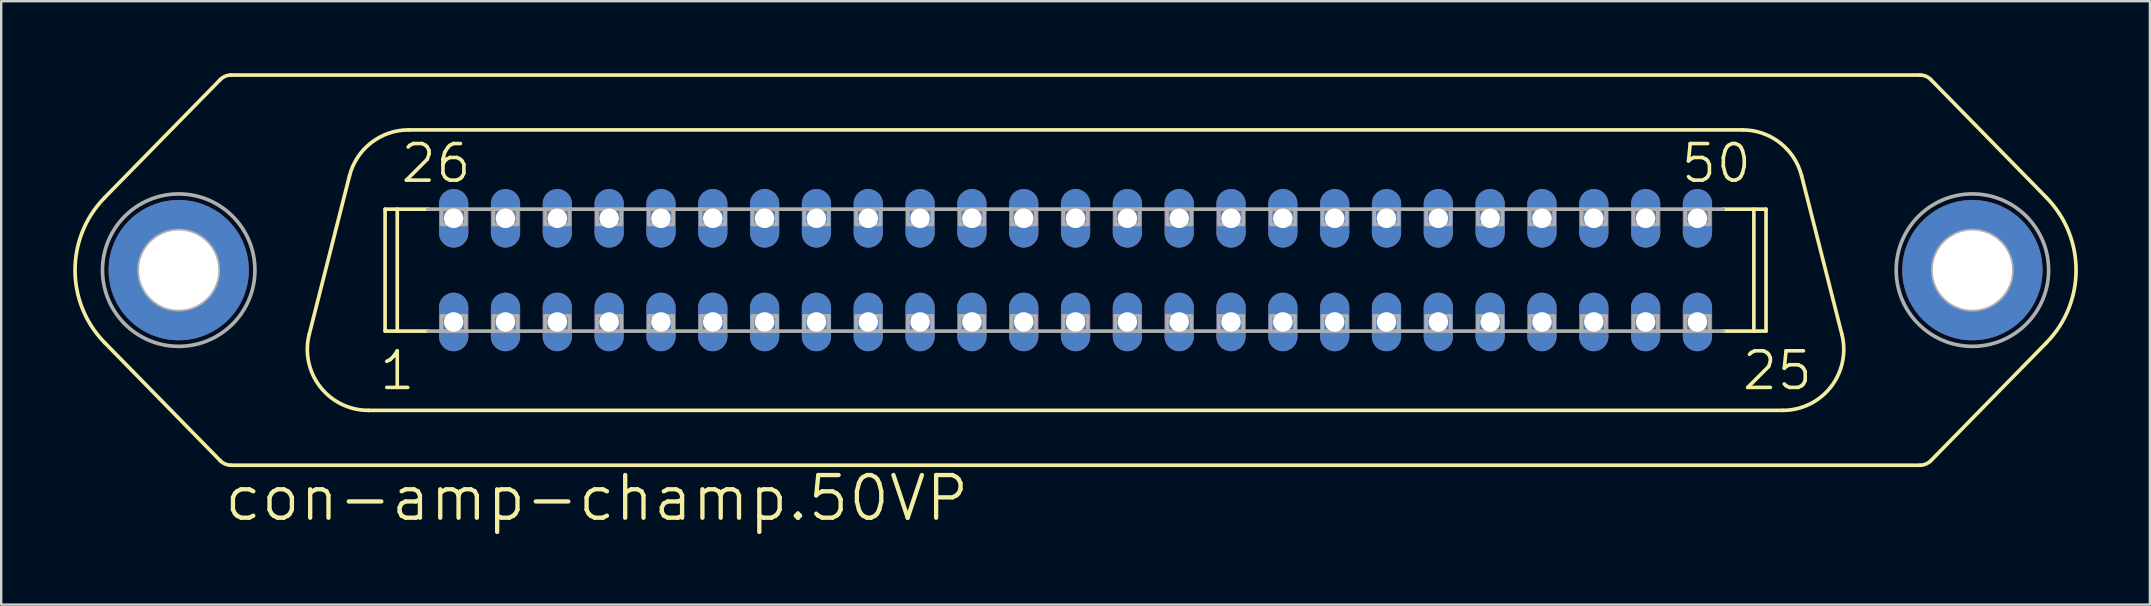
<source format=kicad_pcb>
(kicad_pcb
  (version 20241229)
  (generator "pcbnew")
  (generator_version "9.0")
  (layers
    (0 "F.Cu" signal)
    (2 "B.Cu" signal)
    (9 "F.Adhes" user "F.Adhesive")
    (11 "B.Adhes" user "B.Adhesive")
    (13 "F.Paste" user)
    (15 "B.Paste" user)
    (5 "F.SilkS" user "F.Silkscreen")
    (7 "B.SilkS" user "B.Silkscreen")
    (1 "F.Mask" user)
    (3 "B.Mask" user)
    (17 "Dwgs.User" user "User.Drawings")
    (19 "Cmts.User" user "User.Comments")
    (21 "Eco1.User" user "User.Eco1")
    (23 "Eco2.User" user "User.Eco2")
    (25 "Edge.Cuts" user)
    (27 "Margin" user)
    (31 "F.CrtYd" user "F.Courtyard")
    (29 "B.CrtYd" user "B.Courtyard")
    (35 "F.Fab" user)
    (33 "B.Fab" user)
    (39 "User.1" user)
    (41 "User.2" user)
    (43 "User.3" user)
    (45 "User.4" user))
  (footprint "con-amp-champ.50VP"
    (layer "F.Cu")
    (at 41.758 8.204)
    (property "Reference" "con-amp-champ.50VP" (at -35.56 10.541 0) (layer "F.SilkS") (effects (font (size 1.778 1.778) (thickness 0.18)) (justify left bottom)))
    (attr through_hole)
    (fp_line (start -35.633 -7.937) (end -40.448 -3.022) (stroke (width 0.152) (type default)) (layer "F.SilkS"))
    (fp_line (start -35.633 7.937) (end -40.448 3.022) (stroke (width 0.152) (type default)) (layer "F.SilkS"))
    (fp_line (start -35.179 -8.128) (end 35.179 -8.128) (stroke (width 0.152) (type default)) (layer "F.SilkS"))
    (fp_line (start -35.179 8.128) (end 35.179 8.128) (stroke (width 0.152) (type default)) (layer "F.SilkS"))
    (fp_line (start -30.248 -3.928) (end -31.926 2.676) (stroke (width 0.152) (type default)) (layer "F.SilkS"))
    (fp_line (start -29.464 5.842) (end 29.464 5.842) (stroke (width 0.152) (type default)) (layer "F.SilkS"))
    (fp_line (start -28.765 -2.54) (end -26.986 -2.54) (stroke (width 0.152) (type default)) (layer "F.SilkS"))
    (fp_line (start -28.765 2.54) (end -28.765 -2.54) (stroke (width 0.152) (type default)) (layer "F.SilkS"))
    (fp_line (start -28.765 2.54) (end -26.986 2.54) (stroke (width 0.152) (type default)) (layer "F.SilkS"))
    (fp_line (start -28.258 2.54) (end -28.258 -2.54) (stroke (width 0.152) (type default)) (layer "F.SilkS"))
    (fp_line (start -27.786 -5.842) (end 27.786 -5.842) (stroke (width 0.152) (type default)) (layer "F.SilkS"))
    (fp_line (start 26.986 -2.54) (end 28.765 -2.54) (stroke (width 0.152) (type default)) (layer "F.SilkS"))
    (fp_line (start 26.986 2.54) (end 28.765 2.54) (stroke (width 0.152) (type default)) (layer "F.SilkS"))
    (fp_line (start 28.258 2.54) (end 28.258 -2.54) (stroke (width 0.152) (type default)) (layer "F.SilkS"))
    (fp_line (start 28.765 2.54) (end 28.765 -2.54) (stroke (width 0.152) (type default)) (layer "F.SilkS"))
    (fp_line (start 30.248 -3.928) (end 31.926 2.676) (stroke (width 0.152) (type default)) (layer "F.SilkS"))
    (fp_line (start 35.633 -7.937) (end 40.448 -3.022) (stroke (width 0.152) (type default)) (layer "F.SilkS"))
    (fp_line (start 35.633 7.937) (end 40.448 3.022) (stroke (width 0.152) (type default)) (layer "F.SilkS"))
    (fp_arc (start -40.448 3.022) (mid -41.681365 0.0004) (end -40.448 -3.0212) (stroke (width 0.1524) (type default)) (layer "F.SilkS"))
    (fp_arc (start -35.633 -7.937) (mid -35.42541 -8.078018) (end -35.1794 -8.1276) (stroke (width 0.1524) (type default)) (layer "F.SilkS"))
    (fp_arc (start -35.1794 8.1276) (mid -35.42541 8.078018) (end -35.633 7.937) (stroke (width 0.1524) (type default)) (layer "F.SilkS"))
    (fp_arc (start -30.248 -3.928) (mid -29.345488 -5.307486) (end -27.7862 -5.8424) (stroke (width 0.1524) (type default)) (layer "F.SilkS"))
    (fp_arc (start -29.4642 5.8416) (mid -31.469286 4.860863) (end -31.926 2.676) (stroke (width 0.1524) (type default)) (layer "F.SilkS"))
    (fp_arc (start 27.786 -5.842) (mid 29.345288 -5.307086) (end 30.2478 -3.9276) (stroke (width 0.1524) (type default)) (layer "F.SilkS"))
    (fp_arc (start 31.926 2.676) (mid 31.469286 4.860863) (end 29.4642 5.8416) (stroke (width 0.1524) (type default)) (layer "F.SilkS"))
    (fp_arc (start 35.1794 -8.1276) (mid 35.42541 -8.078018) (end 35.633 -7.937) (stroke (width 0.1524) (type default)) (layer "F.SilkS"))
    (fp_arc (start 35.633 7.937) (mid 35.42541 8.078018) (end 35.1794 8.1276) (stroke (width 0.1524) (type default)) (layer "F.SilkS"))
    (fp_arc (start 40.448 -3.0212) (mid 41.681365 0.0004) (end 40.448 3.022) (stroke (width 0.1524) (type default)) (layer "F.SilkS"))
    (fp_line (start -26.986 -2.54) (end -26.416 -2.54) (stroke (width 0.152) (type default)) (layer "F.Fab"))
    (fp_line (start -26.986 2.54) (end -26.416 2.54) (stroke (width 0.152) (type default)) (layer "F.Fab"))
    (fp_line (start -26.416 -2.54) (end -25.4 -2.54) (stroke (width 0.152) (type default)) (layer "F.Fab"))
    (fp_line (start -26.416 -1.905) (end -26.416 -2.54) (stroke (width 0.152) (type default)) (layer "F.Fab"))
    (fp_line (start -26.416 1.905) (end -25.4 1.905) (stroke (width 0.152) (type default)) (layer "F.Fab"))
    (fp_line (start -26.416 2.54) (end -26.416 1.905) (stroke (width 0.152) (type default)) (layer "F.Fab"))
    (fp_line (start -25.4 -2.54) (end -25.4 -1.905) (stroke (width 0.152) (type default)) (layer "F.Fab"))
    (fp_line (start -25.4 -2.54) (end -24.257 -2.54) (stroke (width 0.152) (type default)) (layer "F.Fab"))
    (fp_line (start -25.4 -1.905) (end -26.416 -1.905) (stroke (width 0.152) (type default)) (layer "F.Fab"))
    (fp_line (start -25.4 1.905) (end -25.4 2.54) (stroke (width 0.152) (type default)) (layer "F.Fab"))
    (fp_line (start -25.4 2.54) (end -26.416 2.54) (stroke (width 0.152) (type default)) (layer "F.Fab"))
    (fp_line (start -25.4 2.54) (end -24.257 2.54) (stroke (width 0.152) (type default)) (layer "F.Fab"))
    (fp_line (start -24.257 -2.54) (end -23.241 -2.54) (stroke (width 0.152) (type default)) (layer "F.Fab"))
    (fp_line (start -24.257 -1.905) (end -24.257 -2.54) (stroke (width 0.152) (type default)) (layer "F.Fab"))
    (fp_line (start -24.257 1.905) (end -23.241 1.905) (stroke (width 0.152) (type default)) (layer "F.Fab"))
    (fp_line (start -24.257 2.54) (end -24.257 1.905) (stroke (width 0.152) (type default)) (layer "F.Fab"))
    (fp_line (start -23.241 -2.54) (end -23.241 -1.905) (stroke (width 0.152) (type default)) (layer "F.Fab"))
    (fp_line (start -23.241 -2.54) (end -22.098 -2.54) (stroke (width 0.152) (type default)) (layer "F.Fab"))
    (fp_line (start -23.241 -1.905) (end -24.257 -1.905) (stroke (width 0.152) (type default)) (layer "F.Fab"))
    (fp_line (start -23.241 1.905) (end -23.241 2.54) (stroke (width 0.152) (type default)) (layer "F.Fab"))
    (fp_line (start -23.241 2.54) (end -24.257 2.54) (stroke (width 0.152) (type default)) (layer "F.Fab"))
    (fp_line (start -23.241 2.54) (end -22.098 2.54) (stroke (width 0.152) (type default)) (layer "F.Fab"))
    (fp_line (start -22.098 -2.54) (end -21.082 -2.54) (stroke (width 0.152) (type default)) (layer "F.Fab"))
    (fp_line (start -22.098 -1.905) (end -22.098 -2.54) (stroke (width 0.152) (type default)) (layer "F.Fab"))
    (fp_line (start -22.098 1.905) (end -21.082 1.905) (stroke (width 0.152) (type default)) (layer "F.Fab"))
    (fp_line (start -22.098 2.54) (end -22.098 1.905) (stroke (width 0.152) (type default)) (layer "F.Fab"))
    (fp_line (start -21.082 -2.54) (end -21.082 -1.905) (stroke (width 0.152) (type default)) (layer "F.Fab"))
    (fp_line (start -21.082 -2.54) (end -19.939 -2.54) (stroke (width 0.152) (type default)) (layer "F.Fab"))
    (fp_line (start -21.082 -1.905) (end -22.098 -1.905) (stroke (width 0.152) (type default)) (layer "F.Fab"))
    (fp_line (start -21.082 1.905) (end -21.082 2.54) (stroke (width 0.152) (type default)) (layer "F.Fab"))
    (fp_line (start -21.082 2.54) (end -22.098 2.54) (stroke (width 0.152) (type default)) (layer "F.Fab"))
    (fp_line (start -21.082 2.54) (end -19.939 2.54) (stroke (width 0.152) (type default)) (layer "F.Fab"))
    (fp_line (start -19.939 -2.54) (end -18.923 -2.54) (stroke (width 0.152) (type default)) (layer "F.Fab"))
    (fp_line (start -19.939 -1.905) (end -19.939 -2.54) (stroke (width 0.152) (type default)) (layer "F.Fab"))
    (fp_line (start -19.939 1.905) (end -18.923 1.905) (stroke (width 0.152) (type default)) (layer "F.Fab"))
    (fp_line (start -19.939 2.54) (end -19.939 1.905) (stroke (width 0.152) (type default)) (layer "F.Fab"))
    (fp_line (start -18.923 -2.54) (end -18.923 -1.905) (stroke (width 0.152) (type default)) (layer "F.Fab"))
    (fp_line (start -18.923 -2.54) (end -17.78 -2.54) (stroke (width 0.152) (type default)) (layer "F.Fab"))
    (fp_line (start -18.923 -1.905) (end -19.939 -1.905) (stroke (width 0.152) (type default)) (layer "F.Fab"))
    (fp_line (start -18.923 1.905) (end -18.923 2.54) (stroke (width 0.152) (type default)) (layer "F.Fab"))
    (fp_line (start -18.923 2.54) (end -19.939 2.54) (stroke (width 0.152) (type default)) (layer "F.Fab"))
    (fp_line (start -18.923 2.54) (end -17.78 2.54) (stroke (width 0.152) (type default)) (layer "F.Fab"))
    (fp_line (start -17.78 -2.54) (end -16.764 -2.54) (stroke (width 0.152) (type default)) (layer "F.Fab"))
    (fp_line (start -17.78 -1.905) (end -17.78 -2.54) (stroke (width 0.152) (type default)) (layer "F.Fab"))
    (fp_line (start -17.78 1.905) (end -16.764 1.905) (stroke (width 0.152) (type default)) (layer "F.Fab"))
    (fp_line (start -17.78 1.905) (end -16.764 1.905) (stroke (width 0.152) (type default)) (layer "F.Fab"))
    (fp_line (start -17.78 2.54) (end -17.78 1.905) (stroke (width 0.152) (type default)) (layer "F.Fab"))
    (fp_line (start -17.78 2.54) (end -17.78 1.905) (stroke (width 0.152) (type default)) (layer "F.Fab"))
    (fp_line (start -16.764 -2.54) (end -16.764 -1.905) (stroke (width 0.152) (type default)) (layer "F.Fab"))
    (fp_line (start -16.764 -2.54) (end -15.621 -2.54) (stroke (width 0.152) (type default)) (layer "F.Fab"))
    (fp_line (start -16.764 -1.905) (end -17.78 -1.905) (stroke (width 0.152) (type default)) (layer "F.Fab"))
    (fp_line (start -16.764 1.905) (end -16.764 2.54) (stroke (width 0.152) (type default)) (layer "F.Fab"))
    (fp_line (start -16.764 1.905) (end -16.764 2.54) (stroke (width 0.152) (type default)) (layer "F.Fab"))
    (fp_line (start -16.764 2.54) (end -17.78 2.54) (stroke (width 0.152) (type default)) (layer "F.Fab"))
    (fp_line (start -16.764 2.54) (end -17.78 2.54) (stroke (width 0.152) (type default)) (layer "F.Fab"))
    (fp_line (start -16.764 2.54) (end -15.621 2.54) (stroke (width 0.152) (type default)) (layer "F.Fab"))
    (fp_line (start -15.621 -2.54) (end -14.605 -2.54) (stroke (width 0.152) (type default)) (layer "F.Fab"))
    (fp_line (start -15.621 -1.905) (end -15.621 -2.54) (stroke (width 0.152) (type default)) (layer "F.Fab"))
    (fp_line (start -15.621 1.905) (end -14.605 1.905) (stroke (width 0.152) (type default)) (layer "F.Fab"))
    (fp_line (start -15.621 1.905) (end -14.605 1.905) (stroke (width 0.152) (type default)) (layer "F.Fab"))
    (fp_line (start -15.621 2.54) (end -15.621 1.905) (stroke (width 0.152) (type default)) (layer "F.Fab"))
    (fp_line (start -15.621 2.54) (end -15.621 1.905) (stroke (width 0.152) (type default)) (layer "F.Fab"))
    (fp_line (start -14.605 -2.54) (end -14.605 -1.905) (stroke (width 0.152) (type default)) (layer "F.Fab"))
    (fp_line (start -14.605 -2.54) (end -13.462 -2.54) (stroke (width 0.152) (type default)) (layer "F.Fab"))
    (fp_line (start -14.605 -1.905) (end -15.621 -1.905) (stroke (width 0.152) (type default)) (layer "F.Fab"))
    (fp_line (start -14.605 1.905) (end -14.605 2.54) (stroke (width 0.152) (type default)) (layer "F.Fab"))
    (fp_line (start -14.605 1.905) (end -14.605 2.54) (stroke (width 0.152) (type default)) (layer "F.Fab"))
    (fp_line (start -14.605 2.54) (end -15.621 2.54) (stroke (width 0.152) (type default)) (layer "F.Fab"))
    (fp_line (start -14.605 2.54) (end -15.621 2.54) (stroke (width 0.152) (type default)) (layer "F.Fab"))
    (fp_line (start -14.605 2.54) (end -13.462 2.54) (stroke (width 0.152) (type default)) (layer "F.Fab"))
    (fp_line (start -13.462 -2.54) (end -12.446 -2.54) (stroke (width 0.152) (type default)) (layer "F.Fab"))
    (fp_line (start -13.462 -1.905) (end -13.462 -2.54) (stroke (width 0.152) (type default)) (layer "F.Fab"))
    (fp_line (start -13.462 1.905) (end -12.446 1.905) (stroke (width 0.152) (type default)) (layer "F.Fab"))
    (fp_line (start -13.462 1.905) (end -12.446 1.905) (stroke (width 0.152) (type default)) (layer "F.Fab"))
    (fp_line (start -13.462 2.54) (end -13.462 1.905) (stroke (width 0.152) (type default)) (layer "F.Fab"))
    (fp_line (start -13.462 2.54) (end -13.462 1.905) (stroke (width 0.152) (type default)) (layer "F.Fab"))
    (fp_line (start -12.446 -2.54) (end -12.446 -1.905) (stroke (width 0.152) (type default)) (layer "F.Fab"))
    (fp_line (start -12.446 -2.54) (end -11.303 -2.54) (stroke (width 0.152) (type default)) (layer "F.Fab"))
    (fp_line (start -12.446 -1.905) (end -13.462 -1.905) (stroke (width 0.152) (type default)) (layer "F.Fab"))
    (fp_line (start -12.446 1.905) (end -12.446 2.54) (stroke (width 0.152) (type default)) (layer "F.Fab"))
    (fp_line (start -12.446 1.905) (end -12.446 2.54) (stroke (width 0.152) (type default)) (layer "F.Fab"))
    (fp_line (start -12.446 2.54) (end -13.462 2.54) (stroke (width 0.152) (type default)) (layer "F.Fab"))
    (fp_line (start -12.446 2.54) (end -13.462 2.54) (stroke (width 0.152) (type default)) (layer "F.Fab"))
    (fp_line (start -12.446 2.54) (end -11.303 2.54) (stroke (width 0.152) (type default)) (layer "F.Fab"))
    (fp_line (start -11.303 -2.54) (end -10.287 -2.54) (stroke (width 0.152) (type default)) (layer "F.Fab"))
    (fp_line (start -11.303 -1.905) (end -11.303 -2.54) (stroke (width 0.152) (type default)) (layer "F.Fab"))
    (fp_line (start -11.303 1.905) (end -10.287 1.905) (stroke (width 0.152) (type default)) (layer "F.Fab"))
    (fp_line (start -11.303 1.905) (end -10.287 1.905) (stroke (width 0.152) (type default)) (layer "F.Fab"))
    (fp_line (start -11.303 2.54) (end -11.303 1.905) (stroke (width 0.152) (type default)) (layer "F.Fab"))
    (fp_line (start -11.303 2.54) (end -11.303 1.905) (stroke (width 0.152) (type default)) (layer "F.Fab"))
    (fp_line (start -10.287 -2.54) (end -10.287 -1.905) (stroke (width 0.152) (type default)) (layer "F.Fab"))
    (fp_line (start -10.287 -2.54) (end -9.144 -2.54) (stroke (width 0.152) (type default)) (layer "F.Fab"))
    (fp_line (start -10.287 -1.905) (end -11.303 -1.905) (stroke (width 0.152) (type default)) (layer "F.Fab"))
    (fp_line (start -10.287 1.905) (end -10.287 2.54) (stroke (width 0.152) (type default)) (layer "F.Fab"))
    (fp_line (start -10.287 1.905) (end -10.287 2.54) (stroke (width 0.152) (type default)) (layer "F.Fab"))
    (fp_line (start -10.287 2.54) (end -11.303 2.54) (stroke (width 0.152) (type default)) (layer "F.Fab"))
    (fp_line (start -10.287 2.54) (end -11.303 2.54) (stroke (width 0.152) (type default)) (layer "F.Fab"))
    (fp_line (start -10.287 2.54) (end -9.144 2.54) (stroke (width 0.152) (type default)) (layer "F.Fab"))
    (fp_line (start -9.144 -2.54) (end -8.128 -2.54) (stroke (width 0.152) (type default)) (layer "F.Fab"))
    (fp_line (start -9.144 -1.905) (end -9.144 -2.54) (stroke (width 0.152) (type default)) (layer "F.Fab"))
    (fp_line (start -9.144 1.905) (end -8.128 1.905) (stroke (width 0.152) (type default)) (layer "F.Fab"))
    (fp_line (start -9.144 2.54) (end -9.144 1.905) (stroke (width 0.152) (type default)) (layer "F.Fab"))
    (fp_line (start -8.128 -2.54) (end -8.128 -1.905) (stroke (width 0.152) (type default)) (layer "F.Fab"))
    (fp_line (start -8.128 -2.54) (end -6.985 -2.54) (stroke (width 0.152) (type default)) (layer "F.Fab"))
    (fp_line (start -8.128 -1.905) (end -9.144 -1.905) (stroke (width 0.152) (type default)) (layer "F.Fab"))
    (fp_line (start -8.128 1.905) (end -8.128 2.54) (stroke (width 0.152) (type default)) (layer "F.Fab"))
    (fp_line (start -8.128 2.54) (end -9.144 2.54) (stroke (width 0.152) (type default)) (layer "F.Fab"))
    (fp_line (start -8.128 2.54) (end -6.985 2.54) (stroke (width 0.152) (type default)) (layer "F.Fab"))
    (fp_line (start -6.985 -2.54) (end -5.969 -2.54) (stroke (width 0.152) (type default)) (layer "F.Fab"))
    (fp_line (start -6.985 -1.905) (end -6.985 -2.54) (stroke (width 0.152) (type default)) (layer "F.Fab"))
    (fp_line (start -6.985 1.905) (end -5.969 1.905) (stroke (width 0.152) (type default)) (layer "F.Fab"))
    (fp_line (start -6.985 2.54) (end -6.985 1.905) (stroke (width 0.152) (type default)) (layer "F.Fab"))
    (fp_line (start -5.969 -2.54) (end -5.969 -1.905) (stroke (width 0.152) (type default)) (layer "F.Fab"))
    (fp_line (start -5.969 -2.54) (end -4.826 -2.54) (stroke (width 0.152) (type default)) (layer "F.Fab"))
    (fp_line (start -5.969 -1.905) (end -6.985 -1.905) (stroke (width 0.152) (type default)) (layer "F.Fab"))
    (fp_line (start -5.969 1.905) (end -5.969 2.54) (stroke (width 0.152) (type default)) (layer "F.Fab"))
    (fp_line (start -5.969 2.54) (end -6.985 2.54) (stroke (width 0.152) (type default)) (layer "F.Fab"))
    (fp_line (start -5.969 2.54) (end -4.826 2.54) (stroke (width 0.152) (type default)) (layer "F.Fab"))
    (fp_line (start -4.826 -2.54) (end -3.81 -2.54) (stroke (width 0.152) (type default)) (layer "F.Fab"))
    (fp_line (start -4.826 -1.905) (end -4.826 -2.54) (stroke (width 0.152) (type default)) (layer "F.Fab"))
    (fp_line (start -4.826 1.905) (end -3.81 1.905) (stroke (width 0.152) (type default)) (layer "F.Fab"))
    (fp_line (start -4.826 2.54) (end -4.826 1.905) (stroke (width 0.152) (type default)) (layer "F.Fab"))
    (fp_line (start -3.81 -2.54) (end -3.81 -1.905) (stroke (width 0.152) (type default)) (layer "F.Fab"))
    (fp_line (start -3.81 -2.54) (end -2.667 -2.54) (stroke (width 0.152) (type default)) (layer "F.Fab"))
    (fp_line (start -3.81 -1.905) (end -4.826 -1.905) (stroke (width 0.152) (type default)) (layer "F.Fab"))
    (fp_line (start -3.81 1.905) (end -3.81 2.54) (stroke (width 0.152) (type default)) (layer "F.Fab"))
    (fp_line (start -3.81 2.54) (end -4.826 2.54) (stroke (width 0.152) (type default)) (layer "F.Fab"))
    (fp_line (start -3.81 2.54) (end -2.667 2.54) (stroke (width 0.152) (type default)) (layer "F.Fab"))
    (fp_line (start -2.667 -2.54) (end -1.651 -2.54) (stroke (width 0.152) (type default)) (layer "F.Fab"))
    (fp_line (start -2.667 -1.905) (end -2.667 -2.54) (stroke (width 0.152) (type default)) (layer "F.Fab"))
    (fp_line (start -2.667 1.905) (end -1.651 1.905) (stroke (width 0.152) (type default)) (layer "F.Fab"))
    (fp_line (start -2.667 2.54) (end -2.667 1.905) (stroke (width 0.152) (type default)) (layer "F.Fab"))
    (fp_line (start -1.651 -2.54) (end -1.651 -1.905) (stroke (width 0.152) (type default)) (layer "F.Fab"))
    (fp_line (start -1.651 -2.54) (end 1.651 -2.54) (stroke (width 0.152) (type default)) (layer "F.Fab"))
    (fp_line (start -1.651 -1.905) (end -2.667 -1.905) (stroke (width 0.152) (type default)) (layer "F.Fab"))
    (fp_line (start -1.651 1.905) (end -1.651 2.54) (stroke (width 0.152) (type default)) (layer "F.Fab"))
    (fp_line (start -1.651 2.54) (end -2.667 2.54) (stroke (width 0.152) (type default)) (layer "F.Fab"))
    (fp_line (start -1.651 2.54) (end 1.651 2.54) (stroke (width 0.152) (type default)) (layer "F.Fab"))
    (fp_line (start -0.508 -2.54) (end 0.508 -2.54) (stroke (width 0.152) (type default)) (layer "F.Fab"))
    (fp_line (start -0.508 -1.905) (end -0.508 -2.54) (stroke (width 0.152) (type default)) (layer "F.Fab"))
    (fp_line (start -0.508 1.905) (end 0.508 1.905) (stroke (width 0.152) (type default)) (layer "F.Fab"))
    (fp_line (start -0.508 2.54) (end -0.508 1.905) (stroke (width 0.152) (type default)) (layer "F.Fab"))
    (fp_line (start 0.508 -2.54) (end 0.508 -1.905) (stroke (width 0.152) (type default)) (layer "F.Fab"))
    (fp_line (start 0.508 -1.905) (end -0.508 -1.905) (stroke (width 0.152) (type default)) (layer "F.Fab"))
    (fp_line (start 0.508 1.905) (end 0.508 2.54) (stroke (width 0.152) (type default)) (layer "F.Fab"))
    (fp_line (start 0.508 2.54) (end -0.508 2.54) (stroke (width 0.152) (type default)) (layer "F.Fab"))
    (fp_line (start 1.651 -2.54) (end 2.667 -2.54) (stroke (width 0.152) (type default)) (layer "F.Fab"))
    (fp_line (start 1.651 -1.905) (end 1.651 -2.54) (stroke (width 0.152) (type default)) (layer "F.Fab"))
    (fp_line (start 1.651 1.905) (end 2.667 1.905) (stroke (width 0.152) (type default)) (layer "F.Fab"))
    (fp_line (start 1.651 2.54) (end 1.651 1.905) (stroke (width 0.152) (type default)) (layer "F.Fab"))
    (fp_line (start 2.667 -2.54) (end 2.667 -1.905) (stroke (width 0.152) (type default)) (layer "F.Fab"))
    (fp_line (start 2.667 -2.54) (end 3.81 -2.54) (stroke (width 0.152) (type default)) (layer "F.Fab"))
    (fp_line (start 2.667 -1.905) (end 1.651 -1.905) (stroke (width 0.152) (type default)) (layer "F.Fab"))
    (fp_line (start 2.667 1.905) (end 2.667 2.54) (stroke (width 0.152) (type default)) (layer "F.Fab"))
    (fp_line (start 2.667 2.54) (end 1.651 2.54) (stroke (width 0.152) (type default)) (layer "F.Fab"))
    (fp_line (start 2.667 2.54) (end 3.81 2.54) (stroke (width 0.152) (type default)) (layer "F.Fab"))
    (fp_line (start 3.81 -2.54) (end 4.826 -2.54) (stroke (width 0.152) (type default)) (layer "F.Fab"))
    (fp_line (start 3.81 -1.905) (end 3.81 -2.54) (stroke (width 0.152) (type default)) (layer "F.Fab"))
    (fp_line (start 3.81 1.905) (end 4.826 1.905) (stroke (width 0.152) (type default)) (layer "F.Fab"))
    (fp_line (start 3.81 2.54) (end 3.81 1.905) (stroke (width 0.152) (type default)) (layer "F.Fab"))
    (fp_line (start 4.826 -2.54) (end 4.826 -1.905) (stroke (width 0.152) (type default)) (layer "F.Fab"))
    (fp_line (start 4.826 -2.54) (end 5.969 -2.54) (stroke (width 0.152) (type default)) (layer "F.Fab"))
    (fp_line (start 4.826 -1.905) (end 3.81 -1.905) (stroke (width 0.152) (type default)) (layer "F.Fab"))
    (fp_line (start 4.826 1.905) (end 4.826 2.54) (stroke (width 0.152) (type default)) (layer "F.Fab"))
    (fp_line (start 4.826 2.54) (end 3.81 2.54) (stroke (width 0.152) (type default)) (layer "F.Fab"))
    (fp_line (start 4.826 2.54) (end 5.969 2.54) (stroke (width 0.152) (type default)) (layer "F.Fab"))
    (fp_line (start 5.969 -2.54) (end 6.985 -2.54) (stroke (width 0.152) (type default)) (layer "F.Fab"))
    (fp_line (start 5.969 -1.905) (end 5.969 -2.54) (stroke (width 0.152) (type default)) (layer "F.Fab"))
    (fp_line (start 5.969 1.905) (end 6.985 1.905) (stroke (width 0.152) (type default)) (layer "F.Fab"))
    (fp_line (start 5.969 2.54) (end 5.969 1.905) (stroke (width 0.152) (type default)) (layer "F.Fab"))
    (fp_line (start 6.985 -2.54) (end 6.985 -1.905) (stroke (width 0.152) (type default)) (layer "F.Fab"))
    (fp_line (start 6.985 -2.54) (end 8.128 -2.54) (stroke (width 0.152) (type default)) (layer "F.Fab"))
    (fp_line (start 6.985 -1.905) (end 5.969 -1.905) (stroke (width 0.152) (type default)) (layer "F.Fab"))
    (fp_line (start 6.985 1.905) (end 6.985 2.54) (stroke (width 0.152) (type default)) (layer "F.Fab"))
    (fp_line (start 6.985 2.54) (end 5.969 2.54) (stroke (width 0.152) (type default)) (layer "F.Fab"))
    (fp_line (start 6.985 2.54) (end 8.128 2.54) (stroke (width 0.152) (type default)) (layer "F.Fab"))
    (fp_line (start 8.128 -2.54) (end 9.144 -2.54) (stroke (width 0.152) (type default)) (layer "F.Fab"))
    (fp_line (start 8.128 -1.905) (end 8.128 -2.54) (stroke (width 0.152) (type default)) (layer "F.Fab"))
    (fp_line (start 8.128 1.905) (end 9.144 1.905) (stroke (width 0.152) (type default)) (layer "F.Fab"))
    (fp_line (start 8.128 2.54) (end 8.128 1.905) (stroke (width 0.152) (type default)) (layer "F.Fab"))
    (fp_line (start 9.144 -2.54) (end 9.144 -1.905) (stroke (width 0.152) (type default)) (layer "F.Fab"))
    (fp_line (start 9.144 -2.54) (end 10.287 -2.54) (stroke (width 0.152) (type default)) (layer "F.Fab"))
    (fp_line (start 9.144 -1.905) (end 8.128 -1.905) (stroke (width 0.152) (type default)) (layer "F.Fab"))
    (fp_line (start 9.144 1.905) (end 9.144 2.54) (stroke (width 0.152) (type default)) (layer "F.Fab"))
    (fp_line (start 9.144 2.54) (end 8.128 2.54) (stroke (width 0.152) (type default)) (layer "F.Fab"))
    (fp_line (start 9.144 2.54) (end 10.287 2.54) (stroke (width 0.152) (type default)) (layer "F.Fab"))
    (fp_line (start 10.287 -2.54) (end 11.303 -2.54) (stroke (width 0.152) (type default)) (layer "F.Fab"))
    (fp_line (start 10.287 -1.905) (end 10.287 -2.54) (stroke (width 0.152) (type default)) (layer "F.Fab"))
    (fp_line (start 10.287 1.905) (end 11.303 1.905) (stroke (width 0.152) (type default)) (layer "F.Fab"))
    (fp_line (start 10.287 2.54) (end 10.287 1.905) (stroke (width 0.152) (type default)) (layer "F.Fab"))
    (fp_line (start 11.303 -2.54) (end 11.303 -1.905) (stroke (width 0.152) (type default)) (layer "F.Fab"))
    (fp_line (start 11.303 -2.54) (end 12.446 -2.54) (stroke (width 0.152) (type default)) (layer "F.Fab"))
    (fp_line (start 11.303 -1.905) (end 10.287 -1.905) (stroke (width 0.152) (type default)) (layer "F.Fab"))
    (fp_line (start 11.303 1.905) (end 11.303 2.54) (stroke (width 0.152) (type default)) (layer "F.Fab"))
    (fp_line (start 11.303 2.54) (end 10.287 2.54) (stroke (width 0.152) (type default)) (layer "F.Fab"))
    (fp_line (start 11.303 2.54) (end 12.446 2.54) (stroke (width 0.152) (type default)) (layer "F.Fab"))
    (fp_line (start 12.446 -2.54) (end 13.462 -2.54) (stroke (width 0.152) (type default)) (layer "F.Fab"))
    (fp_line (start 12.446 -1.905) (end 12.446 -2.54) (stroke (width 0.152) (type default)) (layer "F.Fab"))
    (fp_line (start 12.446 1.905) (end 13.462 1.905) (stroke (width 0.152) (type default)) (layer "F.Fab"))
    (fp_line (start 12.446 2.54) (end 12.446 1.905) (stroke (width 0.152) (type default)) (layer "F.Fab"))
    (fp_line (start 13.462 -2.54) (end 13.462 -1.905) (stroke (width 0.152) (type default)) (layer "F.Fab"))
    (fp_line (start 13.462 -2.54) (end 14.605 -2.54) (stroke (width 0.152) (type default)) (layer "F.Fab"))
    (fp_line (start 13.462 -1.905) (end 12.446 -1.905) (stroke (width 0.152) (type default)) (layer "F.Fab"))
    (fp_line (start 13.462 1.905) (end 13.462 2.54) (stroke (width 0.152) (type default)) (layer "F.Fab"))
    (fp_line (start 13.462 2.54) (end 12.446 2.54) (stroke (width 0.152) (type default)) (layer "F.Fab"))
    (fp_line (start 13.462 2.54) (end 14.605 2.54) (stroke (width 0.152) (type default)) (layer "F.Fab"))
    (fp_line (start 14.605 -2.54) (end 15.621 -2.54) (stroke (width 0.152) (type default)) (layer "F.Fab"))
    (fp_line (start 14.605 -1.905) (end 14.605 -2.54) (stroke (width 0.152) (type default)) (layer "F.Fab"))
    (fp_line (start 14.605 1.905) (end 15.621 1.905) (stroke (width 0.152) (type default)) (layer "F.Fab"))
    (fp_line (start 14.605 2.54) (end 14.605 1.905) (stroke (width 0.152) (type default)) (layer "F.Fab"))
    (fp_line (start 15.621 -2.54) (end 15.621 -1.905) (stroke (width 0.152) (type default)) (layer "F.Fab"))
    (fp_line (start 15.621 -2.54) (end 16.764 -2.54) (stroke (width 0.152) (type default)) (layer "F.Fab"))
    (fp_line (start 15.621 -1.905) (end 14.605 -1.905) (stroke (width 0.152) (type default)) (layer "F.Fab"))
    (fp_line (start 15.621 1.905) (end 15.621 2.54) (stroke (width 0.152) (type default)) (layer "F.Fab"))
    (fp_line (start 15.621 2.54) (end 14.605 2.54) (stroke (width 0.152) (type default)) (layer "F.Fab"))
    (fp_line (start 15.621 2.54) (end 16.764 2.54) (stroke (width 0.152) (type default)) (layer "F.Fab"))
    (fp_line (start 16.764 -2.54) (end 17.78 -2.54) (stroke (width 0.152) (type default)) (layer "F.Fab"))
    (fp_line (start 16.764 -1.905) (end 16.764 -2.54) (stroke (width 0.152) (type default)) (layer "F.Fab"))
    (fp_line (start 16.764 1.905) (end 17.78 1.905) (stroke (width 0.152) (type default)) (layer "F.Fab"))
    (fp_line (start 16.764 2.54) (end 16.764 1.905) (stroke (width 0.152) (type default)) (layer "F.Fab"))
    (fp_line (start 17.78 -2.54) (end 17.78 -1.905) (stroke (width 0.152) (type default)) (layer "F.Fab"))
    (fp_line (start 17.78 -2.54) (end 18.923 -2.54) (stroke (width 0.152) (type default)) (layer "F.Fab"))
    (fp_line (start 17.78 -1.905) (end 16.764 -1.905) (stroke (width 0.152) (type default)) (layer "F.Fab"))
    (fp_line (start 17.78 1.905) (end 17.78 2.54) (stroke (width 0.152) (type default)) (layer "F.Fab"))
    (fp_line (start 17.78 2.54) (end 16.764 2.54) (stroke (width 0.152) (type default)) (layer "F.Fab"))
    (fp_line (start 17.78 2.54) (end 18.923 2.54) (stroke (width 0.152) (type default)) (layer "F.Fab"))
    (fp_line (start 18.923 -2.54) (end 19.939 -2.54) (stroke (width 0.152) (type default)) (layer "F.Fab"))
    (fp_line (start 18.923 -1.905) (end 18.923 -2.54) (stroke (width 0.152) (type default)) (layer "F.Fab"))
    (fp_line (start 18.923 1.905) (end 19.939 1.905) (stroke (width 0.152) (type default)) (layer "F.Fab"))
    (fp_line (start 18.923 2.54) (end 18.923 1.905) (stroke (width 0.152) (type default)) (layer "F.Fab"))
    (fp_line (start 19.939 -2.54) (end 19.939 -1.905) (stroke (width 0.152) (type default)) (layer "F.Fab"))
    (fp_line (start 19.939 -2.54) (end 21.082 -2.54) (stroke (width 0.152) (type default)) (layer "F.Fab"))
    (fp_line (start 19.939 -1.905) (end 18.923 -1.905) (stroke (width 0.152) (type default)) (layer "F.Fab"))
    (fp_line (start 19.939 1.905) (end 19.939 2.54) (stroke (width 0.152) (type default)) (layer "F.Fab"))
    (fp_line (start 19.939 2.54) (end 18.923 2.54) (stroke (width 0.152) (type default)) (layer "F.Fab"))
    (fp_line (start 19.939 2.54) (end 21.082 2.54) (stroke (width 0.152) (type default)) (layer "F.Fab"))
    (fp_line (start 21.082 -2.54) (end 22.098 -2.54) (stroke (width 0.152) (type default)) (layer "F.Fab"))
    (fp_line (start 21.082 -1.905) (end 21.082 -2.54) (stroke (width 0.152) (type default)) (layer "F.Fab"))
    (fp_line (start 21.082 1.905) (end 22.098 1.905) (stroke (width 0.152) (type default)) (layer "F.Fab"))
    (fp_line (start 21.082 2.54) (end 21.082 1.905) (stroke (width 0.152) (type default)) (layer "F.Fab"))
    (fp_line (start 22.098 -2.54) (end 22.098 -1.905) (stroke (width 0.152) (type default)) (layer "F.Fab"))
    (fp_line (start 22.098 -2.54) (end 23.241 -2.54) (stroke (width 0.152) (type default)) (layer "F.Fab"))
    (fp_line (start 22.098 -1.905) (end 21.082 -1.905) (stroke (width 0.152) (type default)) (layer "F.Fab"))
    (fp_line (start 22.098 1.905) (end 22.098 2.54) (stroke (width 0.152) (type default)) (layer "F.Fab"))
    (fp_line (start 22.098 2.54) (end 21.082 2.54) (stroke (width 0.152) (type default)) (layer "F.Fab"))
    (fp_line (start 22.098 2.54) (end 23.241 2.54) (stroke (width 0.152) (type default)) (layer "F.Fab"))
    (fp_line (start 23.241 -2.54) (end 24.257 -2.54) (stroke (width 0.152) (type default)) (layer "F.Fab"))
    (fp_line (start 23.241 -1.905) (end 23.241 -2.54) (stroke (width 0.152) (type default)) (layer "F.Fab"))
    (fp_line (start 23.241 1.905) (end 24.257 1.905) (stroke (width 0.152) (type default)) (layer "F.Fab"))
    (fp_line (start 23.241 2.54) (end 23.241 1.905) (stroke (width 0.152) (type default)) (layer "F.Fab"))
    (fp_line (start 24.257 -2.54) (end 24.257 -1.905) (stroke (width 0.152) (type default)) (layer "F.Fab"))
    (fp_line (start 24.257 -2.54) (end 25.4 -2.54) (stroke (width 0.152) (type default)) (layer "F.Fab"))
    (fp_line (start 24.257 -1.905) (end 23.241 -1.905) (stroke (width 0.152) (type default)) (layer "F.Fab"))
    (fp_line (start 24.257 1.905) (end 24.257 2.54) (stroke (width 0.152) (type default)) (layer "F.Fab"))
    (fp_line (start 24.257 2.54) (end 23.241 2.54) (stroke (width 0.152) (type default)) (layer "F.Fab"))
    (fp_line (start 24.257 2.54) (end 25.4 2.54) (stroke (width 0.152) (type default)) (layer "F.Fab"))
    (fp_line (start 25.4 -2.54) (end 26.416 -2.54) (stroke (width 0.152) (type default)) (layer "F.Fab"))
    (fp_line (start 25.4 -1.905) (end 25.4 -2.54) (stroke (width 0.152) (type default)) (layer "F.Fab"))
    (fp_line (start 25.4 1.905) (end 26.416 1.905) (stroke (width 0.152) (type default)) (layer "F.Fab"))
    (fp_line (start 25.4 2.54) (end 25.4 1.905) (stroke (width 0.152) (type default)) (layer "F.Fab"))
    (fp_line (start 26.416 -2.54) (end 26.416 -1.905) (stroke (width 0.152) (type default)) (layer "F.Fab"))
    (fp_line (start 26.416 -2.54) (end 26.986 -2.54) (stroke (width 0.152) (type default)) (layer "F.Fab"))
    (fp_line (start 26.416 -1.905) (end 25.4 -1.905) (stroke (width 0.152) (type default)) (layer "F.Fab"))
    (fp_line (start 26.416 1.905) (end 26.416 2.54) (stroke (width 0.152) (type default)) (layer "F.Fab"))
    (fp_line (start 26.416 2.54) (end 25.4 2.54) (stroke (width 0.152) (type default)) (layer "F.Fab"))
    (fp_line (start 26.416 2.54) (end 26.986 2.54) (stroke (width 0.152) (type default)) (layer "F.Fab"))
    (fp_rect (start -26.416 -1.905) (end -25.4 -2.54) (stroke (width 0.05) (type default)) (fill no) (layer "F.Fab"))
    (fp_rect (start -26.416 2.54) (end -25.4 1.905) (stroke (width 0.05) (type default)) (fill no) (layer "F.Fab"))
    (fp_rect (start -24.257 -1.905) (end -23.241 -2.54) (stroke (width 0.05) (type default)) (fill no) (layer "F.Fab"))
    (fp_rect (start -24.257 2.54) (end -23.241 1.905) (stroke (width 0.05) (type default)) (fill no) (layer "F.Fab"))
    (fp_rect (start -22.098 -1.905) (end -21.082 -2.54) (stroke (width 0.05) (type default)) (fill no) (layer "F.Fab"))
    (fp_rect (start -22.098 2.54) (end -21.082 1.905) (stroke (width 0.05) (type default)) (fill no) (layer "F.Fab"))
    (fp_rect (start -19.939 -1.905) (end -18.923 -2.54) (stroke (width 0.05) (type default)) (fill no) (layer "F.Fab"))
    (fp_rect (start -19.939 2.54) (end -18.923 1.905) (stroke (width 0.05) (type default)) (fill no) (layer "F.Fab"))
    (fp_rect (start -17.78 -1.905) (end -16.764 -2.54) (stroke (width 0.05) (type default)) (fill no) (layer "F.Fab"))
    (fp_rect (start -17.78 2.54) (end -16.764 1.905) (stroke (width 0.05) (type default)) (fill no) (layer "F.Fab"))
    (fp_rect (start -15.621 -1.905) (end -14.605 -2.54) (stroke (width 0.05) (type default)) (fill no) (layer "F.Fab"))
    (fp_rect (start -15.621 2.54) (end -14.605 1.905) (stroke (width 0.05) (type default)) (fill no) (layer "F.Fab"))
    (fp_rect (start -13.462 -1.905) (end -12.446 -2.54) (stroke (width 0.05) (type default)) (fill no) (layer "F.Fab"))
    (fp_rect (start -13.462 2.54) (end -12.446 1.905) (stroke (width 0.05) (type default)) (fill no) (layer "F.Fab"))
    (fp_rect (start -11.303 -1.905) (end -10.287 -2.54) (stroke (width 0.05) (type default)) (fill no) (layer "F.Fab"))
    (fp_rect (start -11.303 2.54) (end -10.287 1.905) (stroke (width 0.05) (type default)) (fill no) (layer "F.Fab"))
    (fp_rect (start -9.144 -1.905) (end -8.128 -2.54) (stroke (width 0.05) (type default)) (fill no) (layer "F.Fab"))
    (fp_rect (start -9.144 2.54) (end -8.128 1.905) (stroke (width 0.05) (type default)) (fill no) (layer "F.Fab"))
    (fp_rect (start -6.985 -1.905) (end -5.969 -2.54) (stroke (width 0.05) (type default)) (fill no) (layer "F.Fab"))
    (fp_rect (start -6.985 2.54) (end -5.969 1.905) (stroke (width 0.05) (type default)) (fill no) (layer "F.Fab"))
    (fp_rect (start -4.826 -1.905) (end -3.81 -2.54) (stroke (width 0.05) (type default)) (fill no) (layer "F.Fab"))
    (fp_rect (start -4.826 2.54) (end -3.81 1.905) (stroke (width 0.05) (type default)) (fill no) (layer "F.Fab"))
    (fp_rect (start -2.667 -1.905) (end -1.651 -2.54) (stroke (width 0.05) (type default)) (fill no) (layer "F.Fab"))
    (fp_rect (start -2.667 2.54) (end -1.651 1.905) (stroke (width 0.05) (type default)) (fill no) (layer "F.Fab"))
    (fp_rect (start -0.508 -1.905) (end 0.508 -2.54) (stroke (width 0.05) (type default)) (fill no) (layer "F.Fab"))
    (fp_rect (start -0.508 2.54) (end 0.508 1.905) (stroke (width 0.05) (type default)) (fill no) (layer "F.Fab"))
    (fp_rect (start 1.651 -1.905) (end 2.667 -2.54) (stroke (width 0.05) (type default)) (fill no) (layer "F.Fab"))
    (fp_rect (start 1.651 2.54) (end 2.667 1.905) (stroke (width 0.05) (type default)) (fill no) (layer "F.Fab"))
    (fp_rect (start 3.81 -1.905) (end 4.826 -2.54) (stroke (width 0.05) (type default)) (fill no) (layer "F.Fab"))
    (fp_rect (start 3.81 2.54) (end 4.826 1.905) (stroke (width 0.05) (type default)) (fill no) (layer "F.Fab"))
    (fp_rect (start 5.969 -1.905) (end 6.985 -2.54) (stroke (width 0.05) (type default)) (fill no) (layer "F.Fab"))
    (fp_rect (start 5.969 2.54) (end 6.985 1.905) (stroke (width 0.05) (type default)) (fill no) (layer "F.Fab"))
    (fp_rect (start 8.128 -1.905) (end 9.144 -2.54) (stroke (width 0.05) (type default)) (fill no) (layer "F.Fab"))
    (fp_rect (start 8.128 2.54) (end 9.144 1.905) (stroke (width 0.05) (type default)) (fill no) (layer "F.Fab"))
    (fp_rect (start 10.287 -1.905) (end 11.303 -2.54) (stroke (width 0.05) (type default)) (fill no) (layer "F.Fab"))
    (fp_rect (start 10.287 2.54) (end 11.303 1.905) (stroke (width 0.05) (type default)) (fill no) (layer "F.Fab"))
    (fp_rect (start 12.446 -1.905) (end 13.462 -2.54) (stroke (width 0.05) (type default)) (fill no) (layer "F.Fab"))
    (fp_rect (start 12.446 2.54) (end 13.462 1.905) (stroke (width 0.05) (type default)) (fill no) (layer "F.Fab"))
    (fp_rect (start 14.605 -1.905) (end 15.621 -2.54) (stroke (width 0.05) (type default)) (fill no) (layer "F.Fab"))
    (fp_rect (start 14.605 2.54) (end 15.621 1.905) (stroke (width 0.05) (type default)) (fill no) (layer "F.Fab"))
    (fp_rect (start 16.764 -1.905) (end 17.78 -2.54) (stroke (width 0.05) (type default)) (fill no) (layer "F.Fab"))
    (fp_rect (start 16.764 2.54) (end 17.78 1.905) (stroke (width 0.05) (type default)) (fill no) (layer "F.Fab"))
    (fp_rect (start 18.923 -1.905) (end 19.939 -2.54) (stroke (width 0.05) (type default)) (fill no) (layer "F.Fab"))
    (fp_rect (start 18.923 2.54) (end 19.939 1.905) (stroke (width 0.05) (type default)) (fill no) (layer "F.Fab"))
    (fp_rect (start 21.082 -1.905) (end 22.098 -2.54) (stroke (width 0.05) (type default)) (fill no) (layer "F.Fab"))
    (fp_rect (start 21.082 2.54) (end 22.098 1.905) (stroke (width 0.05) (type default)) (fill no) (layer "F.Fab"))
    (fp_rect (start 23.241 -1.905) (end 24.257 -2.54) (stroke (width 0.05) (type default)) (fill no) (layer "F.Fab"))
    (fp_rect (start 23.241 2.54) (end 24.257 1.905) (stroke (width 0.05) (type default)) (fill no) (layer "F.Fab"))
    (fp_rect (start 25.4 -1.905) (end 26.416 -2.54) (stroke (width 0.05) (type default)) (fill no) (layer "F.Fab"))
    (fp_rect (start 25.4 2.54) (end 26.416 1.905) (stroke (width 0.05) (type default)) (fill no) (layer "F.Fab"))
    (fp_circle (center -37.363 0) (end -35.712 0) (stroke (width 0.152) (type default)) (fill no) (layer "F.Fab"))
    (fp_circle (center -37.363 0) (end -34.188 0) (stroke (width 0.152) (type default)) (fill no) (layer "F.Fab"))
    (fp_circle (center 37.363 0) (end 39.014 0) (stroke (width 0.152) (type default)) (fill no) (layer "F.Fab"))
    (fp_circle (center 37.363 0) (end 40.538 0) (stroke (width 0.152) (type default)) (fill no) (layer "F.Fab"))
    (fp_text user "1" (at -29.083 5.08 0) (layer "F.SilkS") (effects (font (size 1.524 1.524) (thickness 0.15)) (justify left bottom)))
    (fp_text user "25" (at 27.686 5.08 0) (layer "F.SilkS") (effects (font (size 1.524 1.524) (thickness 0.15)) (justify left bottom)))
    (fp_text user "26" (at -28.194 -3.556 0) (layer "F.SilkS") (effects (font (size 1.524 1.524) (thickness 0.15)) (justify left bottom)))
    (fp_text user "50" (at 25.146 -3.556 0) (layer "F.SilkS") (effects (font (size 1.524 1.524) (thickness 0.15)) (justify left bottom)))
    (pad "1" thru_hole oval (at -25.908 2.159 90) (size 2.438 1.219) (drill 0.813) (layers "*.Cu" "*.Mask"))
    (pad "2" thru_hole oval (at -23.749 2.159 90) (size 2.438 1.219) (drill 0.813) (layers "*.Cu" "*.Mask"))
    (pad "3" thru_hole oval (at -21.59 2.159 90) (size 2.438 1.219) (drill 0.813) (layers "*.Cu" "*.Mask"))
    (pad "4" thru_hole oval (at -19.431 2.159 90) (size 2.438 1.219) (drill 0.813) (layers "*.Cu" "*.Mask"))
    (pad "5" thru_hole oval (at -17.272 2.159 90) (size 2.438 1.219) (drill 0.813) (layers "*.Cu" "*.Mask"))
    (pad "6" thru_hole oval (at -15.113 2.159 90) (size 2.438 1.219) (drill 0.813) (layers "*.Cu" "*.Mask"))
    (pad "7" thru_hole oval (at -12.954 2.159 90) (size 2.438 1.219) (drill 0.813) (layers "*.Cu" "*.Mask"))
    (pad "8" thru_hole oval (at -10.795 2.159 90) (size 2.438 1.219) (drill 0.813) (layers "*.Cu" "*.Mask"))
    (pad "9" thru_hole oval (at -8.636 2.159 90) (size 2.438 1.219) (drill 0.813) (layers "*.Cu" "*.Mask"))
    (pad "10" thru_hole oval (at -6.477 2.159 90) (size 2.438 1.219) (drill 0.813) (layers "*.Cu" "*.Mask"))
    (pad "11" thru_hole oval (at -4.318 2.159 90) (size 2.438 1.219) (drill 0.813) (layers "*.Cu" "*.Mask"))
    (pad "12" thru_hole oval (at -2.159 2.159 90) (size 2.438 1.219) (drill 0.813) (layers "*.Cu" "*.Mask"))
    (pad "13" thru_hole oval (at 0 2.159 90) (size 2.438 1.219) (drill 0.813) (layers "*.Cu" "*.Mask"))
    (pad "14" thru_hole oval (at 2.159 2.159 90) (size 2.438 1.219) (drill 0.813) (layers "*.Cu" "*.Mask"))
    (pad "15" thru_hole oval (at 4.318 2.159 90) (size 2.438 1.219) (drill 0.813) (layers "*.Cu" "*.Mask"))
    (pad "16" thru_hole oval (at 6.477 2.159 90) (size 2.438 1.219) (drill 0.813) (layers "*.Cu" "*.Mask"))
    (pad "17" thru_hole oval (at 8.636 2.159 90) (size 2.438 1.219) (drill 0.813) (layers "*.Cu" "*.Mask"))
    (pad "18" thru_hole oval (at 10.795 2.159 90) (size 2.438 1.219) (drill 0.813) (layers "*.Cu" "*.Mask"))
    (pad "19" thru_hole oval (at 12.954 2.159 90) (size 2.438 1.219) (drill 0.813) (layers "*.Cu" "*.Mask"))
    (pad "20" thru_hole oval (at 15.113 2.159 90) (size 2.438 1.219) (drill 0.813) (layers "*.Cu" "*.Mask"))
    (pad "21" thru_hole oval (at 17.272 2.159 90) (size 2.438 1.219) (drill 0.813) (layers "*.Cu" "*.Mask"))
    (pad "22" thru_hole oval (at 19.431 2.159 90) (size 2.438 1.219) (drill 0.813) (layers "*.Cu" "*.Mask"))
    (pad "23" thru_hole oval (at 21.59 2.159 90) (size 2.438 1.219) (drill 0.813) (layers "*.Cu" "*.Mask"))
    (pad "24" thru_hole oval (at 23.749 2.159 90) (size 2.438 1.219) (drill 0.813) (layers "*.Cu" "*.Mask"))
    (pad "25" thru_hole oval (at 25.908 2.159 90) (size 2.438 1.219) (drill 0.813) (layers "*.Cu" "*.Mask"))
    (pad "26" thru_hole oval (at -25.908 -2.159 90) (size 2.438 1.219) (drill 0.813) (layers "*.Cu" "*.Mask"))
    (pad "27" thru_hole oval (at -23.749 -2.159 90) (size 2.438 1.219) (drill 0.813) (layers "*.Cu" "*.Mask"))
    (pad "28" thru_hole oval (at -21.59 -2.159 90) (size 2.438 1.219) (drill 0.813) (layers "*.Cu" "*.Mask"))
    (pad "29" thru_hole oval (at -19.431 -2.159 90) (size 2.438 1.219) (drill 0.813) (layers "*.Cu" "*.Mask"))
    (pad "30" thru_hole oval (at -17.272 -2.159 90) (size 2.438 1.219) (drill 0.813) (layers "*.Cu" "*.Mask"))
    (pad "31" thru_hole oval (at -15.113 -2.159 90) (size 2.438 1.219) (drill 0.813) (layers "*.Cu" "*.Mask"))
    (pad "32" thru_hole oval (at -12.954 -2.159 90) (size 2.438 1.219) (drill 0.813) (layers "*.Cu" "*.Mask"))
    (pad "33" thru_hole oval (at -10.795 -2.159 90) (size 2.438 1.219) (drill 0.813) (layers "*.Cu" "*.Mask"))
    (pad "34" thru_hole oval (at -8.636 -2.159 90) (size 2.438 1.219) (drill 0.813) (layers "*.Cu" "*.Mask"))
    (pad "35" thru_hole oval (at -6.477 -2.159 90) (size 2.438 1.219) (drill 0.813) (layers "*.Cu" "*.Mask"))
    (pad "36" thru_hole oval (at -4.318 -2.159 90) (size 2.438 1.219) (drill 0.813) (layers "*.Cu" "*.Mask"))
    (pad "37" thru_hole oval (at -2.159 -2.159 90) (size 2.438 1.219) (drill 0.813) (layers "*.Cu" "*.Mask"))
    (pad "38" thru_hole oval (at 0 -2.159 90) (size 2.438 1.219) (drill 0.813) (layers "*.Cu" "*.Mask"))
    (pad "39" thru_hole oval (at 2.159 -2.159 90) (size 2.438 1.219) (drill 0.813) (layers "*.Cu" "*.Mask"))
    (pad "40" thru_hole oval (at 4.318 -2.159 90) (size 2.438 1.219) (drill 0.813) (layers "*.Cu" "*.Mask"))
    (pad "41" thru_hole oval (at 6.477 -2.159 90) (size 2.438 1.219) (drill 0.813) (layers "*.Cu" "*.Mask"))
    (pad "42" thru_hole oval (at 8.636 -2.159 90) (size 2.438 1.219) (drill 0.813) (layers "*.Cu" "*.Mask"))
    (pad "43" thru_hole oval (at 10.795 -2.159 90) (size 2.438 1.219) (drill 0.813) (layers "*.Cu" "*.Mask"))
    (pad "44" thru_hole oval (at 12.954 -2.159 90) (size 2.438 1.219) (drill 0.813) (layers "*.Cu" "*.Mask"))
    (pad "45" thru_hole oval (at 15.113 -2.159 90) (size 2.438 1.219) (drill 0.813) (layers "*.Cu" "*.Mask"))
    (pad "46" thru_hole oval (at 17.272 -2.159 90) (size 2.438 1.219) (drill 0.813) (layers "*.Cu" "*.Mask"))
    (pad "47" thru_hole oval (at 19.431 -2.159 90) (size 2.438 1.219) (drill 0.813) (layers "*.Cu" "*.Mask"))
    (pad "48" thru_hole oval (at 21.59 -2.159 90) (size 2.438 1.219) (drill 0.813) (layers "*.Cu" "*.Mask"))
    (pad "49" thru_hole oval (at 23.749 -2.159 90) (size 2.438 1.219) (drill 0.813) (layers "*.Cu" "*.Mask"))
    (pad "50" thru_hole oval (at 25.908 -2.159 90) (size 2.438 1.219) (drill 0.813) (layers "*.Cu" "*.Mask"))
    (pad "G" thru_hole circle (at -37.363 0) (size 5.842 5.842) (drill 3.302) (layers "*.Cu" "*.Mask"))
    (pad "G1" thru_hole circle (at 37.363 0) (size 5.842 5.842) (drill 3.302) (layers "*.Cu" "*.Mask")))
  (gr_rect
    (start -3 -3)
    (end 86.515 22.139)
    (stroke (width 0.1) (type default))
    (fill no)
    (layer "Edge.Cuts")))
</source>
